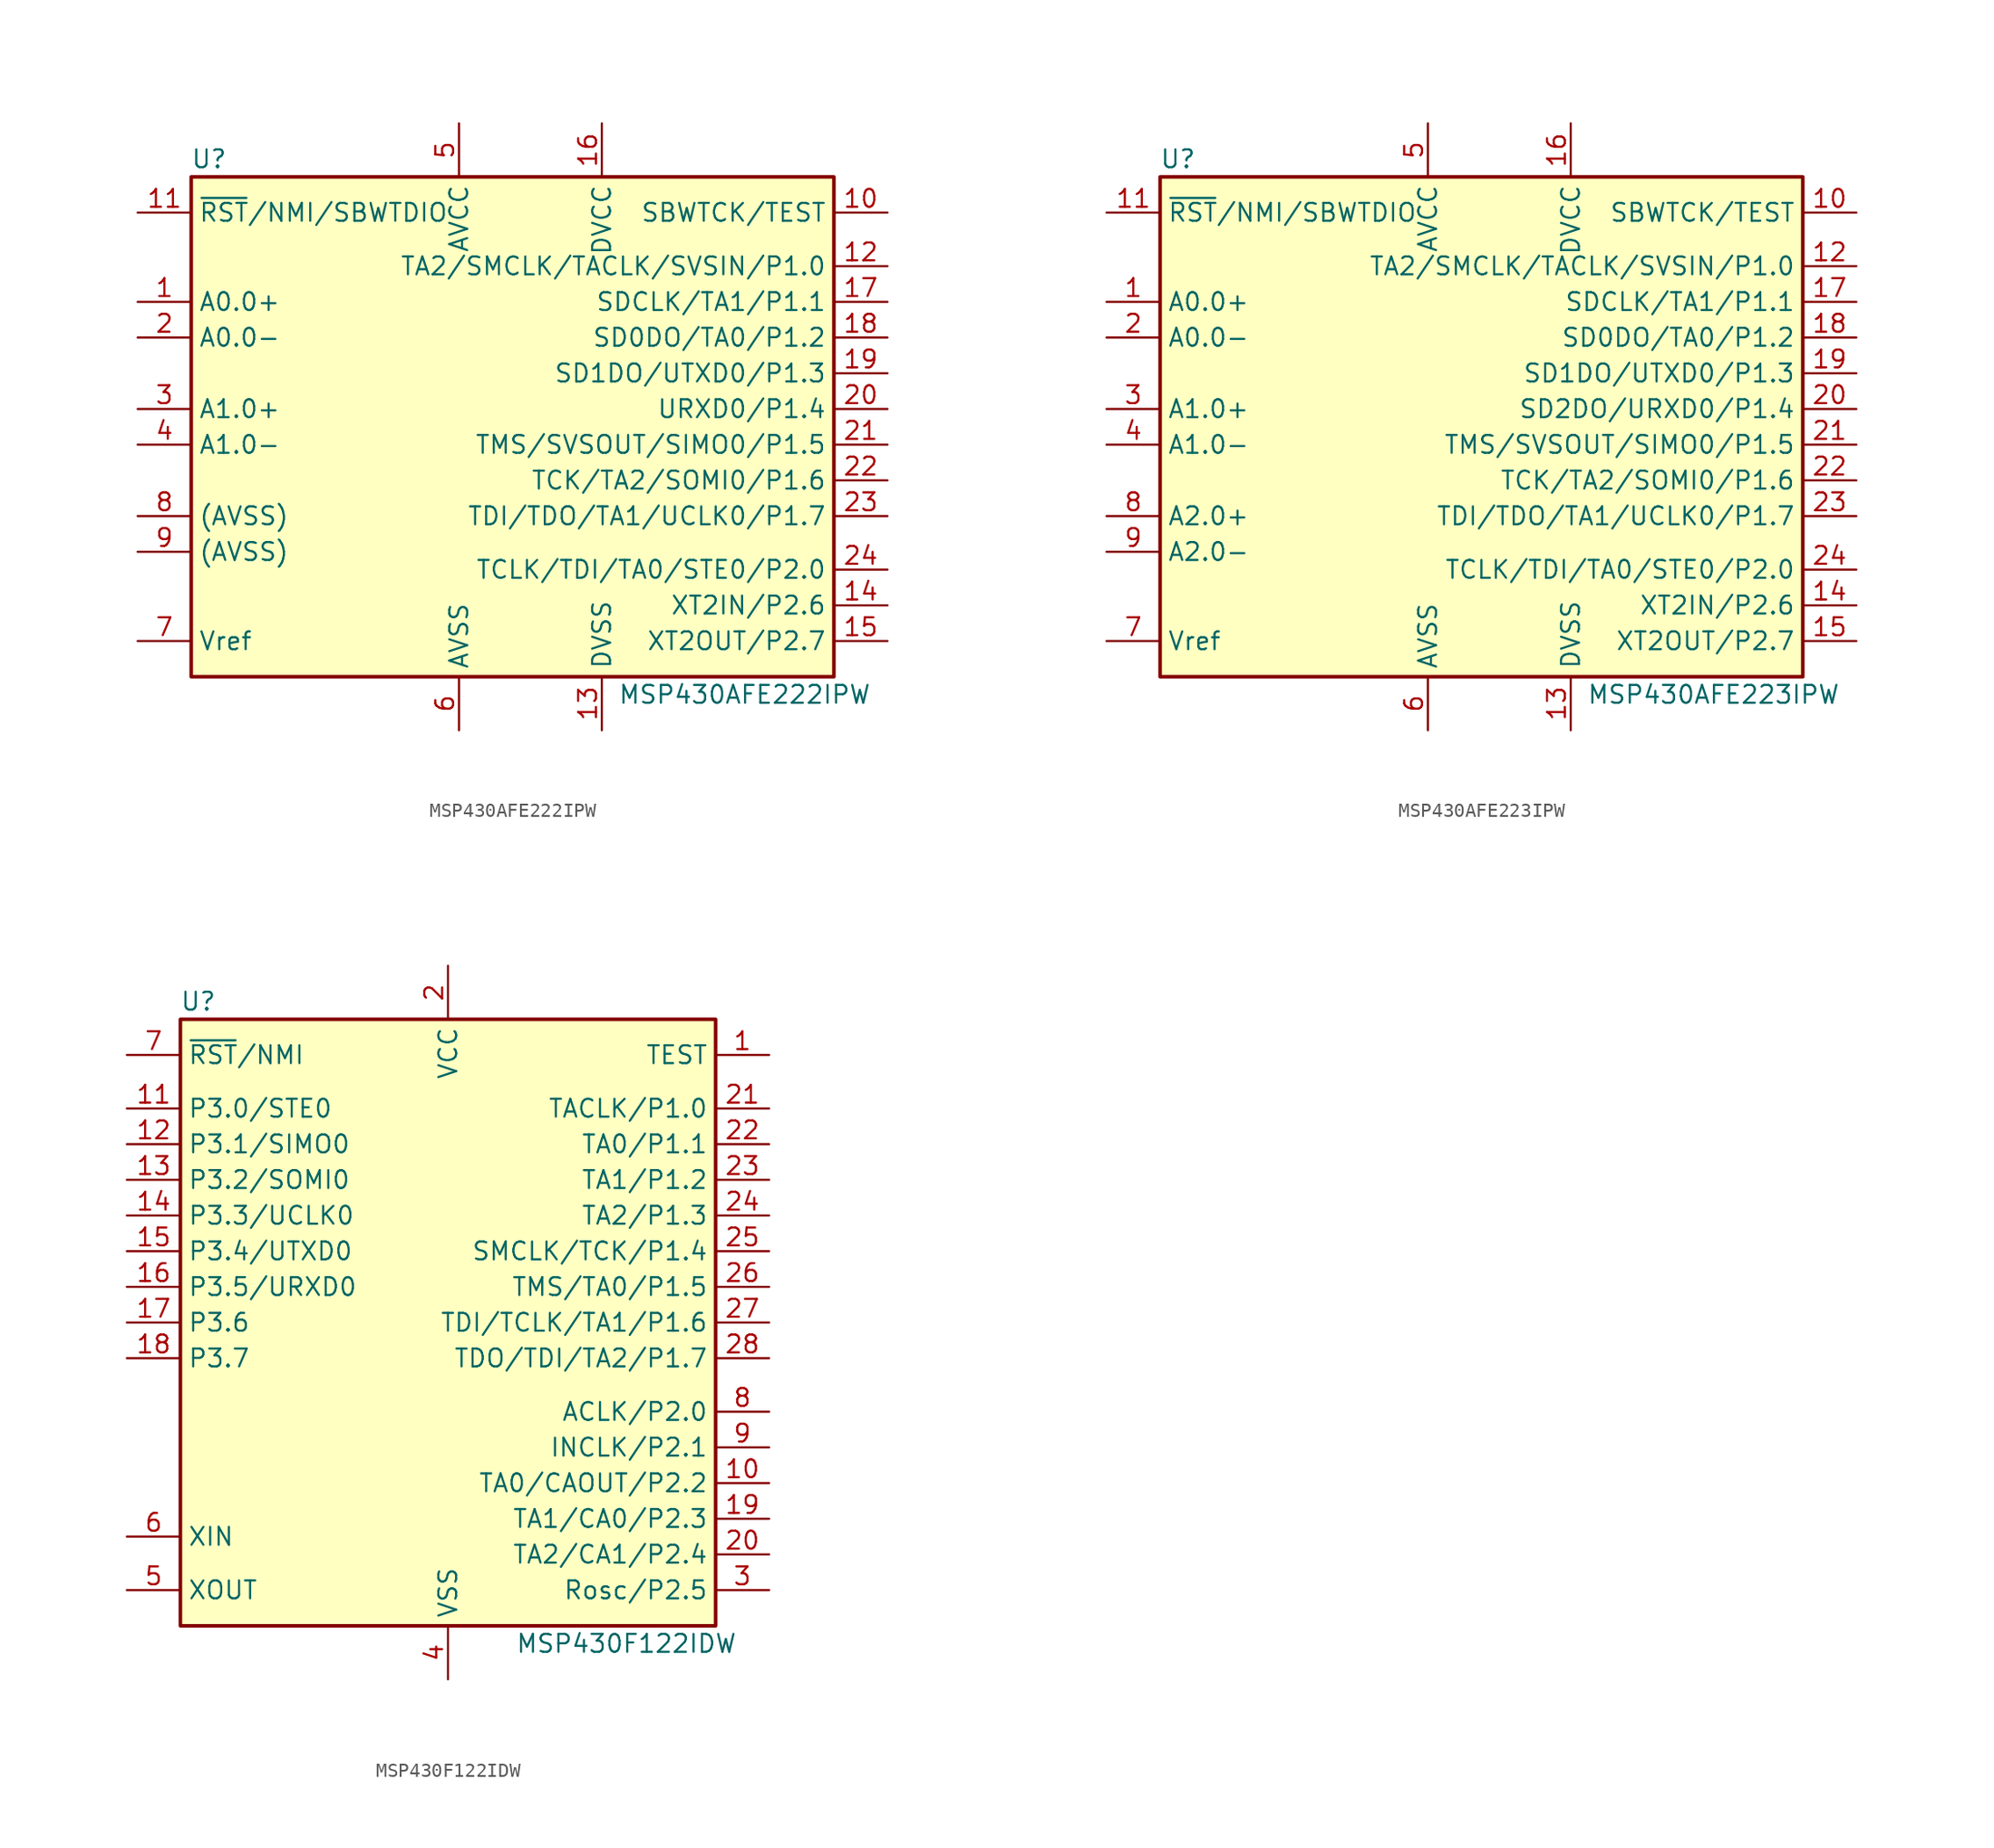
<source format=kicad_sym>
(kicad_symbol_lib
  (version 20201005)
  (generator kicad_symbol_editor)
  (symbol "MCU_Texas_MSP430:MSP430AFE222IPW"
    (property "Reference" "U"
      (at -22.86 19.05 0)
      (effects (font (size 1.27 1.27))))
    (property "Value" "MSP430AFE222IPW"
      (at 15.24 -19.05 0)
      (effects (font (size 1.27 1.27))))
    (symbol "MSP430AFE222IPW_0_1"
      (rectangle (start -24.13 17.78) (end 21.59 -17.78) (stroke (width 0.254)) (fill (type background))))
    (symbol "MSP430AFE222IPW_1_1"
      (pin passive line (at -27.94 8.89 0) (length 3.81) (name "A0.0+" (effects (font (size 1.27 1.27)))) (number "1" (effects (font (size 1.27 1.27)))))
      (pin input line (at 25.4 15.24 180) (length 3.81) (name "SBWTCK/TEST" (effects (font (size 1.27 1.27)))) (number "10" (effects (font (size 1.27 1.27)))))
      (pin input line (at -27.94 15.24 0) (length 3.81) (name "~RST~/NMI/SBWTDIO" (effects (font (size 1.27 1.27)))) (number "11" (effects (font (size 1.27 1.27)))))
      (pin bidirectional line (at 25.4 11.43 180) (length 3.81) (name "TA2/SMCLK/TACLK/SVSIN/P1.0" (effects (font (size 1.27 1.27)))) (number "12" (effects (font (size 1.27 1.27)))))
      (pin power_in line (at 5.08 -21.59 90) (length 3.81) (name "DVSS" (effects (font (size 1.27 1.27)))) (number "13" (effects (font (size 1.27 1.27)))))
      (pin bidirectional line (at 25.4 -12.7 180) (length 3.81) (name "XT2IN/P2.6" (effects (font (size 1.27 1.27)))) (number "14" (effects (font (size 1.27 1.27)))))
      (pin bidirectional line (at 25.4 -15.24 180) (length 3.81) (name "XT2OUT/P2.7" (effects (font (size 1.27 1.27)))) (number "15" (effects (font (size 1.27 1.27)))))
      (pin power_in line (at 5.08 21.59 270) (length 3.81) (name "DVCC" (effects (font (size 1.27 1.27)))) (number "16" (effects (font (size 1.27 1.27)))))
      (pin bidirectional line (at 25.4 8.89 180) (length 3.81) (name "SDCLK/TA1/P1.1" (effects (font (size 1.27 1.27)))) (number "17" (effects (font (size 1.27 1.27)))))
      (pin bidirectional line (at 25.4 6.35 180) (length 3.81) (name "SD0DO/TA0/P1.2" (effects (font (size 1.27 1.27)))) (number "18" (effects (font (size 1.27 1.27)))))
      (pin bidirectional line (at 25.4 3.81 180) (length 3.81) (name "SD1DO/UTXD0/P1.3" (effects (font (size 1.27 1.27)))) (number "19" (effects (font (size 1.27 1.27)))))
      (pin passive line (at -27.94 6.35 0) (length 3.81) (name "A0.0-" (effects (font (size 1.27 1.27)))) (number "2" (effects (font (size 1.27 1.27)))))
      (pin bidirectional line (at 25.4 1.27 180) (length 3.81) (name "URXD0/P1.4" (effects (font (size 1.27 1.27)))) (number "20" (effects (font (size 1.27 1.27)))))
      (pin bidirectional line (at 25.4 -1.27 180) (length 3.81) (name "TMS/SVSOUT/SIMO0/P1.5" (effects (font (size 1.27 1.27)))) (number "21" (effects (font (size 1.27 1.27)))))
      (pin bidirectional line (at 25.4 -3.81 180) (length 3.81) (name "TCK/TA2/SOMI0/P1.6" (effects (font (size 1.27 1.27)))) (number "22" (effects (font (size 1.27 1.27)))))
      (pin bidirectional line (at 25.4 -6.35 180) (length 3.81) (name "TDI/TDO/TA1/UCLK0/P1.7" (effects (font (size 1.27 1.27)))) (number "23" (effects (font (size 1.27 1.27)))))
      (pin bidirectional line (at 25.4 -10.16 180) (length 3.81) (name "TCLK/TDI/TA0/STE0/P2.0" (effects (font (size 1.27 1.27)))) (number "24" (effects (font (size 1.27 1.27)))))
      (pin passive line (at -27.94 1.27 0) (length 3.81) (name "A1.0+" (effects (font (size 1.27 1.27)))) (number "3" (effects (font (size 1.27 1.27)))))
      (pin passive line (at -27.94 -1.27 0) (length 3.81) (name "A1.0-" (effects (font (size 1.27 1.27)))) (number "4" (effects (font (size 1.27 1.27)))))
      (pin power_in line (at -5.08 21.59 270) (length 3.81) (name "AVCC" (effects (font (size 1.27 1.27)))) (number "5" (effects (font (size 1.27 1.27)))))
      (pin power_in line (at -5.08 -21.59 90) (length 3.81) (name "AVSS" (effects (font (size 1.27 1.27)))) (number "6" (effects (font (size 1.27 1.27)))))
      (pin passive line (at -27.94 -15.24 0) (length 3.81) (name "Vref" (effects (font (size 1.27 1.27)))) (number "7" (effects (font (size 1.27 1.27)))))
      (pin passive line (at -27.94 -6.35 0) (length 3.81) (name "(AVSS)" (effects (font (size 1.27 1.27)))) (number "8" (effects (font (size 1.27 1.27)))))
      (pin passive line (at -27.94 -8.89 0) (length 3.81) (name "(AVSS)" (effects (font (size 1.27 1.27)))) (number "9" (effects (font (size 1.27 1.27)))))))
  (symbol "MCU_Texas_MSP430:MSP430AFE223IPW"
    (property "Reference" "U"
      (at -22.86 19.05 0)
      (effects (font (size 1.27 1.27))))
    (property "Value" "MSP430AFE223IPW"
      (at 15.24 -19.05 0)
      (effects (font (size 1.27 1.27))))
    (symbol "MSP430AFE223IPW_0_1"
      (rectangle (start -24.13 17.78) (end 21.59 -17.78) (stroke (width 0.254)) (fill (type background))))
    (symbol "MSP430AFE223IPW_1_1"
      (pin passive line (at -27.94 8.89 0) (length 3.81) (name "A0.0+" (effects (font (size 1.27 1.27)))) (number "1" (effects (font (size 1.27 1.27)))))
      (pin input line (at 25.4 15.24 180) (length 3.81) (name "SBWTCK/TEST" (effects (font (size 1.27 1.27)))) (number "10" (effects (font (size 1.27 1.27)))))
      (pin input line (at -27.94 15.24 0) (length 3.81) (name "~RST~/NMI/SBWTDIO" (effects (font (size 1.27 1.27)))) (number "11" (effects (font (size 1.27 1.27)))))
      (pin bidirectional line (at 25.4 11.43 180) (length 3.81) (name "TA2/SMCLK/TACLK/SVSIN/P1.0" (effects (font (size 1.27 1.27)))) (number "12" (effects (font (size 1.27 1.27)))))
      (pin power_in line (at 5.08 -21.59 90) (length 3.81) (name "DVSS" (effects (font (size 1.27 1.27)))) (number "13" (effects (font (size 1.27 1.27)))))
      (pin bidirectional line (at 25.4 -12.7 180) (length 3.81) (name "XT2IN/P2.6" (effects (font (size 1.27 1.27)))) (number "14" (effects (font (size 1.27 1.27)))))
      (pin bidirectional line (at 25.4 -15.24 180) (length 3.81) (name "XT2OUT/P2.7" (effects (font (size 1.27 1.27)))) (number "15" (effects (font (size 1.27 1.27)))))
      (pin power_in line (at 5.08 21.59 270) (length 3.81) (name "DVCC" (effects (font (size 1.27 1.27)))) (number "16" (effects (font (size 1.27 1.27)))))
      (pin bidirectional line (at 25.4 8.89 180) (length 3.81) (name "SDCLK/TA1/P1.1" (effects (font (size 1.27 1.27)))) (number "17" (effects (font (size 1.27 1.27)))))
      (pin bidirectional line (at 25.4 6.35 180) (length 3.81) (name "SD0DO/TA0/P1.2" (effects (font (size 1.27 1.27)))) (number "18" (effects (font (size 1.27 1.27)))))
      (pin bidirectional line (at 25.4 3.81 180) (length 3.81) (name "SD1DO/UTXD0/P1.3" (effects (font (size 1.27 1.27)))) (number "19" (effects (font (size 1.27 1.27)))))
      (pin passive line (at -27.94 6.35 0) (length 3.81) (name "A0.0-" (effects (font (size 1.27 1.27)))) (number "2" (effects (font (size 1.27 1.27)))))
      (pin bidirectional line (at 25.4 1.27 180) (length 3.81) (name "SD2DO/URXD0/P1.4" (effects (font (size 1.27 1.27)))) (number "20" (effects (font (size 1.27 1.27)))))
      (pin bidirectional line (at 25.4 -1.27 180) (length 3.81) (name "TMS/SVSOUT/SIMO0/P1.5" (effects (font (size 1.27 1.27)))) (number "21" (effects (font (size 1.27 1.27)))))
      (pin bidirectional line (at 25.4 -3.81 180) (length 3.81) (name "TCK/TA2/SOMI0/P1.6" (effects (font (size 1.27 1.27)))) (number "22" (effects (font (size 1.27 1.27)))))
      (pin bidirectional line (at 25.4 -6.35 180) (length 3.81) (name "TDI/TDO/TA1/UCLK0/P1.7" (effects (font (size 1.27 1.27)))) (number "23" (effects (font (size 1.27 1.27)))))
      (pin bidirectional line (at 25.4 -10.16 180) (length 3.81) (name "TCLK/TDI/TA0/STE0/P2.0" (effects (font (size 1.27 1.27)))) (number "24" (effects (font (size 1.27 1.27)))))
      (pin passive line (at -27.94 1.27 0) (length 3.81) (name "A1.0+" (effects (font (size 1.27 1.27)))) (number "3" (effects (font (size 1.27 1.27)))))
      (pin passive line (at -27.94 -1.27 0) (length 3.81) (name "A1.0-" (effects (font (size 1.27 1.27)))) (number "4" (effects (font (size 1.27 1.27)))))
      (pin power_in line (at -5.08 21.59 270) (length 3.81) (name "AVCC" (effects (font (size 1.27 1.27)))) (number "5" (effects (font (size 1.27 1.27)))))
      (pin power_in line (at -5.08 -21.59 90) (length 3.81) (name "AVSS" (effects (font (size 1.27 1.27)))) (number "6" (effects (font (size 1.27 1.27)))))
      (pin passive line (at -27.94 -15.24 0) (length 3.81) (name "Vref" (effects (font (size 1.27 1.27)))) (number "7" (effects (font (size 1.27 1.27)))))
      (pin passive line (at -27.94 -6.35 0) (length 3.81) (name "A2.0+" (effects (font (size 1.27 1.27)))) (number "8" (effects (font (size 1.27 1.27)))))
      (pin passive line (at -27.94 -8.89 0) (length 3.81) (name "A2.0-" (effects (font (size 1.27 1.27)))) (number "9" (effects (font (size 1.27 1.27)))))))
  (symbol "MCU_Texas_MSP430:MSP430F122IDW"
    (property "Reference" "U"
      (at -17.78 22.86 0)
      (effects (font (size 1.27 1.27))))
    (property "Value" "MSP430F122IDW"
      (at 12.7 -22.86 0)
      (effects (font (size 1.27 1.27))))
    (symbol "MSP430F122IDW_0_1"
      (rectangle (start -19.05 21.59) (end 19.05 -21.59) (stroke (width 0.254)) (fill (type background))))
    (symbol "MSP430F122IDW_1_1"
      (pin input line (at 22.86 19.05 180) (length 3.81) (name "TEST" (effects (font (size 1.27 1.27)))) (number "1" (effects (font (size 1.27 1.27)))))
      (pin bidirectional line (at 22.86 -11.43 180) (length 3.81) (name "TA0/CAOUT/P2.2" (effects (font (size 1.27 1.27)))) (number "10" (effects (font (size 1.27 1.27)))))
      (pin bidirectional line (at -22.86 15.24 0) (length 3.81) (name "P3.0/STE0" (effects (font (size 1.27 1.27)))) (number "11" (effects (font (size 1.27 1.27)))))
      (pin bidirectional line (at -22.86 12.7 0) (length 3.81) (name "P3.1/SIMO0" (effects (font (size 1.27 1.27)))) (number "12" (effects (font (size 1.27 1.27)))))
      (pin bidirectional line (at -22.86 10.16 0) (length 3.81) (name "P3.2/SOMI0" (effects (font (size 1.27 1.27)))) (number "13" (effects (font (size 1.27 1.27)))))
      (pin bidirectional line (at -22.86 7.62 0) (length 3.81) (name "P3.3/UCLK0" (effects (font (size 1.27 1.27)))) (number "14" (effects (font (size 1.27 1.27)))))
      (pin bidirectional line (at -22.86 5.08 0) (length 3.81) (name "P3.4/UTXD0" (effects (font (size 1.27 1.27)))) (number "15" (effects (font (size 1.27 1.27)))))
      (pin bidirectional line (at -22.86 2.54 0) (length 3.81) (name "P3.5/URXD0" (effects (font (size 1.27 1.27)))) (number "16" (effects (font (size 1.27 1.27)))))
      (pin bidirectional line (at -22.86 0 0) (length 3.81) (name "P3.6" (effects (font (size 1.27 1.27)))) (number "17" (effects (font (size 1.27 1.27)))))
      (pin bidirectional line (at -22.86 -2.54 0) (length 3.81) (name "P3.7" (effects (font (size 1.27 1.27)))) (number "18" (effects (font (size 1.27 1.27)))))
      (pin bidirectional line (at 22.86 -13.97 180) (length 3.81) (name "TA1/CA0/P2.3" (effects (font (size 1.27 1.27)))) (number "19" (effects (font (size 1.27 1.27)))))
      (pin power_in line (at 0 25.4 270) (length 3.81) (name "VCC" (effects (font (size 1.27 1.27)))) (number "2" (effects (font (size 1.27 1.27)))))
      (pin bidirectional line (at 22.86 -16.51 180) (length 3.81) (name "TA2/CA1/P2.4" (effects (font (size 1.27 1.27)))) (number "20" (effects (font (size 1.27 1.27)))))
      (pin bidirectional line (at 22.86 15.24 180) (length 3.81) (name "TACLK/P1.0" (effects (font (size 1.27 1.27)))) (number "21" (effects (font (size 1.27 1.27)))))
      (pin bidirectional line (at 22.86 12.7 180) (length 3.81) (name "TA0/P1.1" (effects (font (size 1.27 1.27)))) (number "22" (effects (font (size 1.27 1.27)))))
      (pin bidirectional line (at 22.86 10.16 180) (length 3.81) (name "TA1/P1.2" (effects (font (size 1.27 1.27)))) (number "23" (effects (font (size 1.27 1.27)))))
      (pin bidirectional line (at 22.86 7.62 180) (length 3.81) (name "TA2/P1.3" (effects (font (size 1.27 1.27)))) (number "24" (effects (font (size 1.27 1.27)))))
      (pin bidirectional line (at 22.86 5.08 180) (length 3.81) (name "SMCLK/TCK/P1.4" (effects (font (size 1.27 1.27)))) (number "25" (effects (font (size 1.27 1.27)))))
      (pin bidirectional line (at 22.86 2.54 180) (length 3.81) (name "TMS/TA0/P1.5" (effects (font (size 1.27 1.27)))) (number "26" (effects (font (size 1.27 1.27)))))
      (pin bidirectional line (at 22.86 0 180) (length 3.81) (name "TDI/TCLK/TA1/P1.6" (effects (font (size 1.27 1.27)))) (number "27" (effects (font (size 1.27 1.27)))))
      (pin bidirectional line (at 22.86 -2.54 180) (length 3.81) (name "TDO/TDI/TA2/P1.7" (effects (font (size 1.27 1.27)))) (number "28" (effects (font (size 1.27 1.27)))))
      (pin bidirectional line (at 22.86 -19.05 180) (length 3.81) (name "Rosc/P2.5" (effects (font (size 1.27 1.27)))) (number "3" (effects (font (size 1.27 1.27)))))
      (pin power_in line (at 0 -25.4 90) (length 3.81) (name "VSS" (effects (font (size 1.27 1.27)))) (number "4" (effects (font (size 1.27 1.27)))))
      (pin output line (at -22.86 -19.05 0) (length 3.81) (name "XOUT" (effects (font (size 1.27 1.27)))) (number "5" (effects (font (size 1.27 1.27)))))
      (pin input line (at -22.86 -15.24 0) (length 3.81) (name "XIN" (effects (font (size 1.27 1.27)))) (number "6" (effects (font (size 1.27 1.27)))))
      (pin input line (at -22.86 19.05 0) (length 3.81) (name "~RST~/NMI" (effects (font (size 1.27 1.27)))) (number "7" (effects (font (size 1.27 1.27)))))
      (pin bidirectional line (at 22.86 -6.35 180) (length 3.81) (name "ACLK/P2.0" (effects (font (size 1.27 1.27)))) (number "8" (effects (font (size 1.27 1.27)))))
      (pin bidirectional line (at 22.86 -8.89 180) (length 3.81) (name "INCLK/P2.1" (effects (font (size 1.27 1.27)))) (number "9" (effects (font (size 1.27 1.27))))))))
</source>
